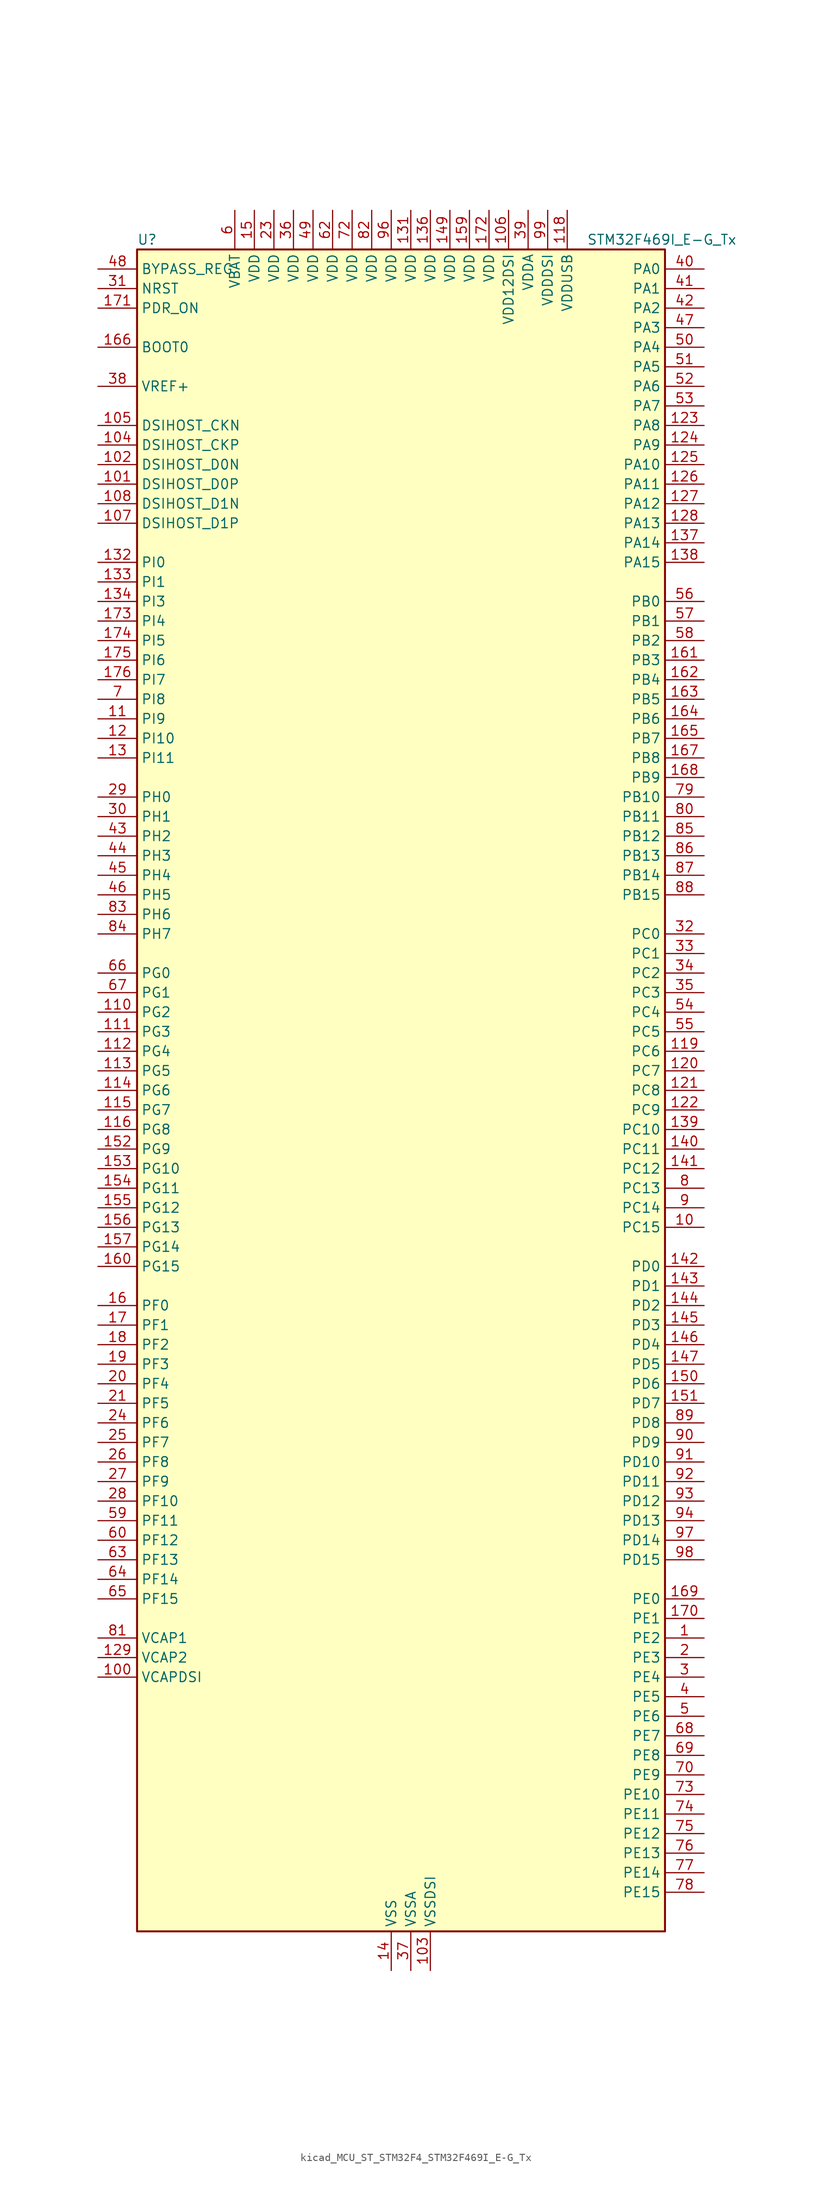
<source format=kicad_sym>
(kicad_symbol_lib
  (version 20220914)
  (generator kicad_symbol_editor)
  (symbol "kicad_MCU_ST_STM32F4_STM32F469I_E-G_Tx"
    (property "Reference" "U"
      (at -33.02 110.49 0)
      (effects (font (size 1.27 1.27)) (justify left)))
    (property "Value" "STM32F469I_E-G_Tx"
      (at 25.4 110.49 0)
      (effects (font (size 1.27 1.27)) (justify left)))
    (property "ki_locked" ""
      (at 0 0 0)
      (effects (font (size 1.27 1.27))))
    (symbol "kicad_MCU_ST_STM32F4_STM32F469I_E-G_Tx_0_1"
      (rectangle (start -33.02 -109.22) (end 35.56 109.22) (stroke (width 0.254) (type default)) (fill (type background))))
    (symbol "kicad_MCU_ST_STM32F4_STM32F469I_E-G_Tx_1_1"
      (pin bidirectional line (at 40.64 -71.12 180) (length 5.08) (name "PE2" (effects (font (size 1.27 1.27)))) (number "1" (effects (font (size 1.27 1.27)))) (alternate "ETH_TXD3" bidirectional line) (alternate "FMC_A23" bidirectional line) (alternate "QUADSPI_BK1_IO2" bidirectional line) (alternate "SAI1_MCLK_A" bidirectional line) (alternate "SPI4_SCK" bidirectional line) (alternate "SYS_TRACECLK" bidirectional line))
      (pin bidirectional line (at 40.64 -17.78 180) (length 5.08) (name "PC15" (effects (font (size 1.27 1.27)))) (number "10" (effects (font (size 1.27 1.27)))) (alternate "ADC1_EXTI15" bidirectional line) (alternate "ADC2_EXTI15" bidirectional line) (alternate "ADC3_EXTI15" bidirectional line) (alternate "RCC_OSC32_OUT" bidirectional line))
      (pin power_out line (at -38.1 -76.2 0) (length 5.08) (name "VCAPDSI" (effects (font (size 1.27 1.27)))) (number "100" (effects (font (size 1.27 1.27)))))
      (pin bidirectional line (at -38.1 78.74 0) (length 5.08) (name "DSIHOST_D0P" (effects (font (size 1.27 1.27)))) (number "101" (effects (font (size 1.27 1.27)))) (alternate "DSIHOST_D0P" bidirectional line))
      (pin bidirectional line (at -38.1 81.28 0) (length 5.08) (name "DSIHOST_D0N" (effects (font (size 1.27 1.27)))) (number "102" (effects (font (size 1.27 1.27)))) (alternate "DSIHOST_D0N" bidirectional line))
      (pin power_in line (at 5.08 -114.3 90) (length 5.08) (name "VSSDSI" (effects (font (size 1.27 1.27)))) (number "103" (effects (font (size 1.27 1.27)))))
      (pin bidirectional line (at -38.1 83.82 0) (length 5.08) (name "DSIHOST_CKP" (effects (font (size 1.27 1.27)))) (number "104" (effects (font (size 1.27 1.27)))) (alternate "DSIHOST_CKP" bidirectional line))
      (pin bidirectional line (at -38.1 86.36 0) (length 5.08) (name "DSIHOST_CKN" (effects (font (size 1.27 1.27)))) (number "105" (effects (font (size 1.27 1.27)))) (alternate "DSIHOST_CKN" bidirectional line))
      (pin power_in line (at 15.24 114.3 270) (length 5.08) (name "VDD12DSI" (effects (font (size 1.27 1.27)))) (number "106" (effects (font (size 1.27 1.27)))))
      (pin bidirectional line (at -38.1 73.66 0) (length 5.08) (name "DSIHOST_D1P" (effects (font (size 1.27 1.27)))) (number "107" (effects (font (size 1.27 1.27)))) (alternate "DSIHOST_D1P" bidirectional line))
      (pin bidirectional line (at -38.1 76.2 0) (length 5.08) (name "DSIHOST_D1N" (effects (font (size 1.27 1.27)))) (number "108" (effects (font (size 1.27 1.27)))) (alternate "DSIHOST_D1N" bidirectional line))
      (pin passive line (at 5.08 -114.3 90) (length 5.08) hide (name "VSSDSI" (effects (font (size 1.27 1.27)))) (number "109" (effects (font (size 1.27 1.27)))))
      (pin bidirectional line (at -38.1 48.26 0) (length 5.08) (name "PI9" (effects (font (size 1.27 1.27)))) (number "11" (effects (font (size 1.27 1.27)))) (alternate "CAN1_RX" bidirectional line) (alternate "DAC_EXTI9" bidirectional line) (alternate "FMC_D30" bidirectional line) (alternate "LTDC_VSYNC" bidirectional line))
      (pin bidirectional line (at -38.1 10.16 0) (length 5.08) (name "PG2" (effects (font (size 1.27 1.27)))) (number "110" (effects (font (size 1.27 1.27)))) (alternate "FMC_A12" bidirectional line))
      (pin bidirectional line (at -38.1 7.62 0) (length 5.08) (name "PG3" (effects (font (size 1.27 1.27)))) (number "111" (effects (font (size 1.27 1.27)))) (alternate "FMC_A13" bidirectional line))
      (pin bidirectional line (at -38.1 5.08 0) (length 5.08) (name "PG4" (effects (font (size 1.27 1.27)))) (number "112" (effects (font (size 1.27 1.27)))) (alternate "FMC_A14" bidirectional line) (alternate "FMC_BA0" bidirectional line))
      (pin bidirectional line (at -38.1 2.54 0) (length 5.08) (name "PG5" (effects (font (size 1.27 1.27)))) (number "113" (effects (font (size 1.27 1.27)))) (alternate "FMC_A15" bidirectional line) (alternate "FMC_BA1" bidirectional line))
      (pin bidirectional line (at -38.1 0 0) (length 5.08) (name "PG6" (effects (font (size 1.27 1.27)))) (number "114" (effects (font (size 1.27 1.27)))) (alternate "DCMI_D12" bidirectional line) (alternate "LTDC_R7" bidirectional line))
      (pin bidirectional line (at -38.1 -2.54 0) (length 5.08) (name "PG7" (effects (font (size 1.27 1.27)))) (number "115" (effects (font (size 1.27 1.27)))) (alternate "DCMI_D13" bidirectional line) (alternate "FMC_INT" bidirectional line) (alternate "LTDC_CLK" bidirectional line) (alternate "SAI1_MCLK_A" bidirectional line) (alternate "USART6_CK" bidirectional line))
      (pin bidirectional line (at -38.1 -5.08 0) (length 5.08) (name "PG8" (effects (font (size 1.27 1.27)))) (number "116" (effects (font (size 1.27 1.27)))) (alternate "ETH_PPS_OUT" bidirectional line) (alternate "FMC_SDCLK" bidirectional line) (alternate "LTDC_G7" bidirectional line) (alternate "SPI6_NSS" bidirectional line) (alternate "USART6_RTS" bidirectional line))
      (pin passive line (at 0 -114.3 90) (length 5.08) hide (name "VSS" (effects (font (size 1.27 1.27)))) (number "117" (effects (font (size 1.27 1.27)))))
      (pin power_in line (at 22.86 114.3 270) (length 5.08) (name "VDDUSB" (effects (font (size 1.27 1.27)))) (number "118" (effects (font (size 1.27 1.27)))))
      (pin bidirectional line (at 40.64 5.08 180) (length 5.08) (name "PC6" (effects (font (size 1.27 1.27)))) (number "119" (effects (font (size 1.27 1.27)))) (alternate "DCMI_D0" bidirectional line) (alternate "I2S2_MCK" bidirectional line) (alternate "LTDC_HSYNC" bidirectional line) (alternate "SDIO_D6" bidirectional line) (alternate "TIM3_CH1" bidirectional line) (alternate "TIM8_CH1" bidirectional line) (alternate "USART6_TX" bidirectional line))
      (pin bidirectional line (at -38.1 45.72 0) (length 5.08) (name "PI10" (effects (font (size 1.27 1.27)))) (number "12" (effects (font (size 1.27 1.27)))) (alternate "ETH_RX_ER" bidirectional line) (alternate "FMC_D31" bidirectional line) (alternate "LTDC_HSYNC" bidirectional line))
      (pin bidirectional line (at 40.64 2.54 180) (length 5.08) (name "PC7" (effects (font (size 1.27 1.27)))) (number "120" (effects (font (size 1.27 1.27)))) (alternate "DCMI_D1" bidirectional line) (alternate "I2S3_MCK" bidirectional line) (alternate "LTDC_G6" bidirectional line) (alternate "SDIO_D7" bidirectional line) (alternate "TIM3_CH2" bidirectional line) (alternate "TIM8_CH2" bidirectional line) (alternate "USART6_RX" bidirectional line))
      (pin bidirectional line (at 40.64 0 180) (length 5.08) (name "PC8" (effects (font (size 1.27 1.27)))) (number "121" (effects (font (size 1.27 1.27)))) (alternate "DCMI_D2" bidirectional line) (alternate "SDIO_D0" bidirectional line) (alternate "SYS_TRACED1" bidirectional line) (alternate "TIM3_CH3" bidirectional line) (alternate "TIM8_CH3" bidirectional line) (alternate "USART6_CK" bidirectional line))
      (pin bidirectional line (at 40.64 -2.54 180) (length 5.08) (name "PC9" (effects (font (size 1.27 1.27)))) (number "122" (effects (font (size 1.27 1.27)))) (alternate "DAC_EXTI9" bidirectional line) (alternate "DCMI_D3" bidirectional line) (alternate "I2C3_SDA" bidirectional line) (alternate "I2S_CKIN" bidirectional line) (alternate "QUADSPI_BK1_IO0" bidirectional line) (alternate "RCC_MCO_2" bidirectional line) (alternate "SDIO_D1" bidirectional line) (alternate "TIM3_CH4" bidirectional line) (alternate "TIM8_CH4" bidirectional line))
      (pin bidirectional line (at 40.64 86.36 180) (length 5.08) (name "PA8" (effects (font (size 1.27 1.27)))) (number "123" (effects (font (size 1.27 1.27)))) (alternate "I2C3_SCL" bidirectional line) (alternate "LTDC_R6" bidirectional line) (alternate "RCC_MCO_1" bidirectional line) (alternate "TIM1_CH1" bidirectional line) (alternate "USART1_CK" bidirectional line) (alternate "USB_OTG_FS_SOF" bidirectional line))
      (pin bidirectional line (at 40.64 83.82 180) (length 5.08) (name "PA9" (effects (font (size 1.27 1.27)))) (number "124" (effects (font (size 1.27 1.27)))) (alternate "DAC_EXTI9" bidirectional line) (alternate "DCMI_D0" bidirectional line) (alternate "I2C3_SMBA" bidirectional line) (alternate "I2S2_CK" bidirectional line) (alternate "SPI2_SCK" bidirectional line) (alternate "TIM1_CH2" bidirectional line) (alternate "USART1_TX" bidirectional line) (alternate "USB_OTG_FS_VBUS" bidirectional line))
      (pin bidirectional line (at 40.64 81.28 180) (length 5.08) (name "PA10" (effects (font (size 1.27 1.27)))) (number "125" (effects (font (size 1.27 1.27)))) (alternate "DCMI_D1" bidirectional line) (alternate "TIM1_CH3" bidirectional line) (alternate "USART1_RX" bidirectional line) (alternate "USB_OTG_FS_ID" bidirectional line))
      (pin bidirectional line (at 40.64 78.74 180) (length 5.08) (name "PA11" (effects (font (size 1.27 1.27)))) (number "126" (effects (font (size 1.27 1.27)))) (alternate "ADC1_EXTI11" bidirectional line) (alternate "ADC2_EXTI11" bidirectional line) (alternate "ADC3_EXTI11" bidirectional line) (alternate "CAN1_RX" bidirectional line) (alternate "LTDC_R4" bidirectional line) (alternate "TIM1_CH4" bidirectional line) (alternate "USART1_CTS" bidirectional line) (alternate "USB_OTG_FS_DM" bidirectional line))
      (pin bidirectional line (at 40.64 76.2 180) (length 5.08) (name "PA12" (effects (font (size 1.27 1.27)))) (number "127" (effects (font (size 1.27 1.27)))) (alternate "CAN1_TX" bidirectional line) (alternate "LTDC_R5" bidirectional line) (alternate "TIM1_ETR" bidirectional line) (alternate "USART1_RTS" bidirectional line) (alternate "USB_OTG_FS_DP" bidirectional line))
      (pin bidirectional line (at 40.64 73.66 180) (length 5.08) (name "PA13" (effects (font (size 1.27 1.27)))) (number "128" (effects (font (size 1.27 1.27)))) (alternate "SYS_JTMS-SWDIO" bidirectional line))
      (pin power_out line (at -38.1 -73.66 0) (length 5.08) (name "VCAP2" (effects (font (size 1.27 1.27)))) (number "129" (effects (font (size 1.27 1.27)))))
      (pin bidirectional line (at -38.1 43.18 0) (length 5.08) (name "PI11" (effects (font (size 1.27 1.27)))) (number "13" (effects (font (size 1.27 1.27)))) (alternate "ADC1_EXTI11" bidirectional line) (alternate "ADC2_EXTI11" bidirectional line) (alternate "ADC3_EXTI11" bidirectional line) (alternate "LTDC_G6" bidirectional line) (alternate "USB_OTG_HS_ULPI_DIR" bidirectional line))
      (pin passive line (at 0 -114.3 90) (length 5.08) hide (name "VSS" (effects (font (size 1.27 1.27)))) (number "130" (effects (font (size 1.27 1.27)))))
      (pin power_in line (at 2.54 114.3 270) (length 5.08) (name "VDD" (effects (font (size 1.27 1.27)))) (number "131" (effects (font (size 1.27 1.27)))))
      (pin bidirectional line (at -38.1 68.58 0) (length 5.08) (name "PI0" (effects (font (size 1.27 1.27)))) (number "132" (effects (font (size 1.27 1.27)))) (alternate "DCMI_D13" bidirectional line) (alternate "FMC_D24" bidirectional line) (alternate "I2S2_WS" bidirectional line) (alternate "LTDC_G5" bidirectional line) (alternate "SPI2_NSS" bidirectional line) (alternate "TIM5_CH4" bidirectional line))
      (pin bidirectional line (at -38.1 66.04 0) (length 5.08) (name "PI1" (effects (font (size 1.27 1.27)))) (number "133" (effects (font (size 1.27 1.27)))) (alternate "DCMI_D8" bidirectional line) (alternate "FMC_D25" bidirectional line) (alternate "I2S2_CK" bidirectional line) (alternate "LTDC_G6" bidirectional line) (alternate "SPI2_SCK" bidirectional line))
      (pin bidirectional line (at -38.1 63.5 0) (length 5.08) (name "PI3" (effects (font (size 1.27 1.27)))) (number "134" (effects (font (size 1.27 1.27)))) (alternate "DCMI_D10" bidirectional line) (alternate "FMC_D27" bidirectional line) (alternate "I2S2_SD" bidirectional line) (alternate "SPI2_MOSI" bidirectional line) (alternate "TIM8_ETR" bidirectional line))
      (pin passive line (at 0 -114.3 90) (length 5.08) hide (name "VSS" (effects (font (size 1.27 1.27)))) (number "135" (effects (font (size 1.27 1.27)))))
      (pin power_in line (at 5.08 114.3 270) (length 5.08) (name "VDD" (effects (font (size 1.27 1.27)))) (number "136" (effects (font (size 1.27 1.27)))))
      (pin bidirectional line (at 40.64 71.12 180) (length 5.08) (name "PA14" (effects (font (size 1.27 1.27)))) (number "137" (effects (font (size 1.27 1.27)))) (alternate "SYS_JTCK-SWCLK" bidirectional line))
      (pin bidirectional line (at 40.64 68.58 180) (length 5.08) (name "PA15" (effects (font (size 1.27 1.27)))) (number "138" (effects (font (size 1.27 1.27)))) (alternate "ADC1_EXTI15" bidirectional line) (alternate "ADC2_EXTI15" bidirectional line) (alternate "ADC3_EXTI15" bidirectional line) (alternate "I2S3_WS" bidirectional line) (alternate "SPI1_NSS" bidirectional line) (alternate "SPI3_NSS" bidirectional line) (alternate "SYS_JTDI" bidirectional line) (alternate "TIM2_CH1" bidirectional line) (alternate "TIM2_ETR" bidirectional line))
      (pin bidirectional line (at 40.64 -5.08 180) (length 5.08) (name "PC10" (effects (font (size 1.27 1.27)))) (number "139" (effects (font (size 1.27 1.27)))) (alternate "DCMI_D8" bidirectional line) (alternate "I2S3_CK" bidirectional line) (alternate "LTDC_R2" bidirectional line) (alternate "QUADSPI_BK1_IO1" bidirectional line) (alternate "SDIO_D2" bidirectional line) (alternate "SPI3_SCK" bidirectional line) (alternate "UART4_TX" bidirectional line) (alternate "USART3_TX" bidirectional line))
      (pin power_in line (at 0 -114.3 90) (length 5.08) (name "VSS" (effects (font (size 1.27 1.27)))) (number "14" (effects (font (size 1.27 1.27)))))
      (pin bidirectional line (at 40.64 -7.62 180) (length 5.08) (name "PC11" (effects (font (size 1.27 1.27)))) (number "140" (effects (font (size 1.27 1.27)))) (alternate "ADC1_EXTI11" bidirectional line) (alternate "ADC2_EXTI11" bidirectional line) (alternate "ADC3_EXTI11" bidirectional line) (alternate "DCMI_D4" bidirectional line) (alternate "I2S3_ext_SD" bidirectional line) (alternate "QUADSPI_BK2_NCS" bidirectional line) (alternate "SDIO_D3" bidirectional line) (alternate "SPI3_MISO" bidirectional line) (alternate "UART4_RX" bidirectional line) (alternate "USART3_RX" bidirectional line))
      (pin bidirectional line (at 40.64 -10.16 180) (length 5.08) (name "PC12" (effects (font (size 1.27 1.27)))) (number "141" (effects (font (size 1.27 1.27)))) (alternate "DCMI_D9" bidirectional line) (alternate "I2S3_SD" bidirectional line) (alternate "SDIO_CK" bidirectional line) (alternate "SPI3_MOSI" bidirectional line) (alternate "SYS_TRACED3" bidirectional line) (alternate "UART5_TX" bidirectional line) (alternate "USART3_CK" bidirectional line))
      (pin bidirectional line (at 40.64 -22.86 180) (length 5.08) (name "PD0" (effects (font (size 1.27 1.27)))) (number "142" (effects (font (size 1.27 1.27)))) (alternate "CAN1_RX" bidirectional line) (alternate "FMC_D2" bidirectional line) (alternate "FMC_DA2" bidirectional line))
      (pin bidirectional line (at 40.64 -25.4 180) (length 5.08) (name "PD1" (effects (font (size 1.27 1.27)))) (number "143" (effects (font (size 1.27 1.27)))) (alternate "CAN1_TX" bidirectional line) (alternate "FMC_D3" bidirectional line) (alternate "FMC_DA3" bidirectional line))
      (pin bidirectional line (at 40.64 -27.94 180) (length 5.08) (name "PD2" (effects (font (size 1.27 1.27)))) (number "144" (effects (font (size 1.27 1.27)))) (alternate "DCMI_D11" bidirectional line) (alternate "SDIO_CMD" bidirectional line) (alternate "SYS_TRACED2" bidirectional line) (alternate "TIM3_ETR" bidirectional line) (alternate "UART5_RX" bidirectional line))
      (pin bidirectional line (at 40.64 -30.48 180) (length 5.08) (name "PD3" (effects (font (size 1.27 1.27)))) (number "145" (effects (font (size 1.27 1.27)))) (alternate "DCMI_D5" bidirectional line) (alternate "FMC_CLK" bidirectional line) (alternate "I2S2_CK" bidirectional line) (alternate "LTDC_G7" bidirectional line) (alternate "SPI2_SCK" bidirectional line) (alternate "USART2_CTS" bidirectional line))
      (pin bidirectional line (at 40.64 -33.02 180) (length 5.08) (name "PD4" (effects (font (size 1.27 1.27)))) (number "146" (effects (font (size 1.27 1.27)))) (alternate "FMC_NOE" bidirectional line) (alternate "USART2_RTS" bidirectional line))
      (pin bidirectional line (at 40.64 -35.56 180) (length 5.08) (name "PD5" (effects (font (size 1.27 1.27)))) (number "147" (effects (font (size 1.27 1.27)))) (alternate "FMC_NWE" bidirectional line) (alternate "USART2_TX" bidirectional line))
      (pin passive line (at 0 -114.3 90) (length 5.08) hide (name "VSS" (effects (font (size 1.27 1.27)))) (number "148" (effects (font (size 1.27 1.27)))))
      (pin power_in line (at 7.62 114.3 270) (length 5.08) (name "VDD" (effects (font (size 1.27 1.27)))) (number "149" (effects (font (size 1.27 1.27)))))
      (pin power_in line (at -17.78 114.3 270) (length 5.08) (name "VDD" (effects (font (size 1.27 1.27)))) (number "15" (effects (font (size 1.27 1.27)))))
      (pin bidirectional line (at 40.64 -38.1 180) (length 5.08) (name "PD6" (effects (font (size 1.27 1.27)))) (number "150" (effects (font (size 1.27 1.27)))) (alternate "DCMI_D10" bidirectional line) (alternate "FMC_NWAIT" bidirectional line) (alternate "I2S3_SD" bidirectional line) (alternate "LTDC_B2" bidirectional line) (alternate "SAI1_SD_A" bidirectional line) (alternate "SPI3_MOSI" bidirectional line) (alternate "USART2_RX" bidirectional line))
      (pin bidirectional line (at 40.64 -40.64 180) (length 5.08) (name "PD7" (effects (font (size 1.27 1.27)))) (number "151" (effects (font (size 1.27 1.27)))) (alternate "FMC_NE1" bidirectional line) (alternate "USART2_CK" bidirectional line))
      (pin bidirectional line (at -38.1 -7.62 0) (length 5.08) (name "PG9" (effects (font (size 1.27 1.27)))) (number "152" (effects (font (size 1.27 1.27)))) (alternate "DAC_EXTI9" bidirectional line) (alternate "DCMI_VSYNC" bidirectional line) (alternate "FMC_NCE" bidirectional line) (alternate "FMC_NE2" bidirectional line) (alternate "QUADSPI_BK2_IO2" bidirectional line) (alternate "USART6_RX" bidirectional line))
      (pin bidirectional line (at -38.1 -10.16 0) (length 5.08) (name "PG10" (effects (font (size 1.27 1.27)))) (number "153" (effects (font (size 1.27 1.27)))) (alternate "DCMI_D2" bidirectional line) (alternate "FMC_NE3" bidirectional line) (alternate "LTDC_B2" bidirectional line) (alternate "LTDC_G3" bidirectional line))
      (pin bidirectional line (at -38.1 -12.7 0) (length 5.08) (name "PG11" (effects (font (size 1.27 1.27)))) (number "154" (effects (font (size 1.27 1.27)))) (alternate "ADC1_EXTI11" bidirectional line) (alternate "ADC2_EXTI11" bidirectional line) (alternate "ADC3_EXTI11" bidirectional line) (alternate "DCMI_D3" bidirectional line) (alternate "ETH_TX_EN" bidirectional line) (alternate "LTDC_B3" bidirectional line))
      (pin bidirectional line (at -38.1 -15.24 0) (length 5.08) (name "PG12" (effects (font (size 1.27 1.27)))) (number "155" (effects (font (size 1.27 1.27)))) (alternate "FMC_NE4" bidirectional line) (alternate "LTDC_B1" bidirectional line) (alternate "LTDC_B4" bidirectional line) (alternate "SPI6_MISO" bidirectional line) (alternate "USART6_RTS" bidirectional line))
      (pin bidirectional line (at -38.1 -17.78 0) (length 5.08) (name "PG13" (effects (font (size 1.27 1.27)))) (number "156" (effects (font (size 1.27 1.27)))) (alternate "ETH_TXD0" bidirectional line) (alternate "FMC_A24" bidirectional line) (alternate "LTDC_R0" bidirectional line) (alternate "SPI6_SCK" bidirectional line) (alternate "SYS_TRACED0" bidirectional line) (alternate "USART6_CTS" bidirectional line))
      (pin bidirectional line (at -38.1 -20.32 0) (length 5.08) (name "PG14" (effects (font (size 1.27 1.27)))) (number "157" (effects (font (size 1.27 1.27)))) (alternate "ETH_TXD1" bidirectional line) (alternate "FMC_A25" bidirectional line) (alternate "LTDC_B0" bidirectional line) (alternate "QUADSPI_BK2_IO3" bidirectional line) (alternate "SPI6_MOSI" bidirectional line) (alternate "SYS_TRACED1" bidirectional line) (alternate "USART6_TX" bidirectional line))
      (pin passive line (at 0 -114.3 90) (length 5.08) hide (name "VSS" (effects (font (size 1.27 1.27)))) (number "158" (effects (font (size 1.27 1.27)))))
      (pin power_in line (at 10.16 114.3 270) (length 5.08) (name "VDD" (effects (font (size 1.27 1.27)))) (number "159" (effects (font (size 1.27 1.27)))))
      (pin bidirectional line (at -38.1 -27.94 0) (length 5.08) (name "PF0" (effects (font (size 1.27 1.27)))) (number "16" (effects (font (size 1.27 1.27)))) (alternate "FMC_A0" bidirectional line) (alternate "I2C2_SDA" bidirectional line))
      (pin bidirectional line (at -38.1 -22.86 0) (length 5.08) (name "PG15" (effects (font (size 1.27 1.27)))) (number "160" (effects (font (size 1.27 1.27)))) (alternate "ADC1_EXTI15" bidirectional line) (alternate "ADC2_EXTI15" bidirectional line) (alternate "ADC3_EXTI15" bidirectional line) (alternate "DCMI_D13" bidirectional line) (alternate "FMC_SDNCAS" bidirectional line) (alternate "USART6_CTS" bidirectional line))
      (pin bidirectional line (at 40.64 55.88 180) (length 5.08) (name "PB3" (effects (font (size 1.27 1.27)))) (number "161" (effects (font (size 1.27 1.27)))) (alternate "I2S3_CK" bidirectional line) (alternate "SPI1_SCK" bidirectional line) (alternate "SPI3_SCK" bidirectional line) (alternate "SYS_JTDO-SWO" bidirectional line) (alternate "TIM2_CH2" bidirectional line))
      (pin bidirectional line (at 40.64 53.34 180) (length 5.08) (name "PB4" (effects (font (size 1.27 1.27)))) (number "162" (effects (font (size 1.27 1.27)))) (alternate "I2S3_ext_SD" bidirectional line) (alternate "SPI1_MISO" bidirectional line) (alternate "SPI3_MISO" bidirectional line) (alternate "SYS_JTRST" bidirectional line) (alternate "TIM3_CH1" bidirectional line))
      (pin bidirectional line (at 40.64 50.8 180) (length 5.08) (name "PB5" (effects (font (size 1.27 1.27)))) (number "163" (effects (font (size 1.27 1.27)))) (alternate "CAN2_RX" bidirectional line) (alternate "DCMI_D10" bidirectional line) (alternate "ETH_PPS_OUT" bidirectional line) (alternate "FMC_SDCKE1" bidirectional line) (alternate "I2C1_SMBA" bidirectional line) (alternate "I2S3_SD" bidirectional line) (alternate "LTDC_G7" bidirectional line) (alternate "SPI1_MOSI" bidirectional line) (alternate "SPI3_MOSI" bidirectional line) (alternate "TIM3_CH2" bidirectional line) (alternate "USB_OTG_HS_ULPI_D7" bidirectional line))
      (pin bidirectional line (at 40.64 48.26 180) (length 5.08) (name "PB6" (effects (font (size 1.27 1.27)))) (number "164" (effects (font (size 1.27 1.27)))) (alternate "CAN2_TX" bidirectional line) (alternate "DCMI_D5" bidirectional line) (alternate "FMC_SDNE1" bidirectional line) (alternate "I2C1_SCL" bidirectional line) (alternate "QUADSPI_BK1_NCS" bidirectional line) (alternate "TIM4_CH1" bidirectional line) (alternate "USART1_TX" bidirectional line))
      (pin bidirectional line (at 40.64 45.72 180) (length 5.08) (name "PB7" (effects (font (size 1.27 1.27)))) (number "165" (effects (font (size 1.27 1.27)))) (alternate "DCMI_VSYNC" bidirectional line) (alternate "FMC_NL" bidirectional line) (alternate "I2C1_SDA" bidirectional line) (alternate "TIM4_CH2" bidirectional line) (alternate "USART1_RX" bidirectional line))
      (pin input line (at -38.1 96.52 0) (length 5.08) (name "BOOT0" (effects (font (size 1.27 1.27)))) (number "166" (effects (font (size 1.27 1.27)))))
      (pin bidirectional line (at 40.64 43.18 180) (length 5.08) (name "PB8" (effects (font (size 1.27 1.27)))) (number "167" (effects (font (size 1.27 1.27)))) (alternate "CAN1_RX" bidirectional line) (alternate "DCMI_D6" bidirectional line) (alternate "ETH_TXD3" bidirectional line) (alternate "I2C1_SCL" bidirectional line) (alternate "LTDC_B6" bidirectional line) (alternate "SDIO_D4" bidirectional line) (alternate "TIM10_CH1" bidirectional line) (alternate "TIM4_CH3" bidirectional line))
      (pin bidirectional line (at 40.64 40.64 180) (length 5.08) (name "PB9" (effects (font (size 1.27 1.27)))) (number "168" (effects (font (size 1.27 1.27)))) (alternate "CAN1_TX" bidirectional line) (alternate "DAC_EXTI9" bidirectional line) (alternate "DCMI_D7" bidirectional line) (alternate "I2C1_SDA" bidirectional line) (alternate "I2S2_WS" bidirectional line) (alternate "LTDC_B7" bidirectional line) (alternate "SDIO_D5" bidirectional line) (alternate "SPI2_NSS" bidirectional line) (alternate "TIM11_CH1" bidirectional line) (alternate "TIM4_CH4" bidirectional line))
      (pin bidirectional line (at 40.64 -66.04 180) (length 5.08) (name "PE0" (effects (font (size 1.27 1.27)))) (number "169" (effects (font (size 1.27 1.27)))) (alternate "DCMI_D2" bidirectional line) (alternate "FMC_NBL0" bidirectional line) (alternate "TIM4_ETR" bidirectional line) (alternate "UART8_RX" bidirectional line))
      (pin bidirectional line (at -38.1 -30.48 0) (length 5.08) (name "PF1" (effects (font (size 1.27 1.27)))) (number "17" (effects (font (size 1.27 1.27)))) (alternate "FMC_A1" bidirectional line) (alternate "I2C2_SCL" bidirectional line))
      (pin bidirectional line (at 40.64 -68.58 180) (length 5.08) (name "PE1" (effects (font (size 1.27 1.27)))) (number "170" (effects (font (size 1.27 1.27)))) (alternate "DCMI_D3" bidirectional line) (alternate "FMC_NBL1" bidirectional line) (alternate "UART8_TX" bidirectional line))
      (pin input line (at -38.1 101.6 0) (length 5.08) (name "PDR_ON" (effects (font (size 1.27 1.27)))) (number "171" (effects (font (size 1.27 1.27)))))
      (pin power_in line (at 12.7 114.3 270) (length 5.08) (name "VDD" (effects (font (size 1.27 1.27)))) (number "172" (effects (font (size 1.27 1.27)))))
      (pin bidirectional line (at -38.1 60.96 0) (length 5.08) (name "PI4" (effects (font (size 1.27 1.27)))) (number "173" (effects (font (size 1.27 1.27)))) (alternate "DCMI_D5" bidirectional line) (alternate "FMC_NBL2" bidirectional line) (alternate "LTDC_B4" bidirectional line) (alternate "TIM8_BKIN" bidirectional line))
      (pin bidirectional line (at -38.1 58.42 0) (length 5.08) (name "PI5" (effects (font (size 1.27 1.27)))) (number "174" (effects (font (size 1.27 1.27)))) (alternate "DCMI_VSYNC" bidirectional line) (alternate "FMC_NBL3" bidirectional line) (alternate "LTDC_B5" bidirectional line) (alternate "TIM8_CH1" bidirectional line))
      (pin bidirectional line (at -38.1 55.88 0) (length 5.08) (name "PI6" (effects (font (size 1.27 1.27)))) (number "175" (effects (font (size 1.27 1.27)))) (alternate "DCMI_D6" bidirectional line) (alternate "FMC_D28" bidirectional line) (alternate "LTDC_B6" bidirectional line) (alternate "TIM8_CH2" bidirectional line))
      (pin bidirectional line (at -38.1 53.34 0) (length 5.08) (name "PI7" (effects (font (size 1.27 1.27)))) (number "176" (effects (font (size 1.27 1.27)))) (alternate "DCMI_D7" bidirectional line) (alternate "FMC_D29" bidirectional line) (alternate "LTDC_B7" bidirectional line) (alternate "TIM8_CH3" bidirectional line))
      (pin bidirectional line (at -38.1 -33.02 0) (length 5.08) (name "PF2" (effects (font (size 1.27 1.27)))) (number "18" (effects (font (size 1.27 1.27)))) (alternate "FMC_A2" bidirectional line) (alternate "I2C2_SMBA" bidirectional line))
      (pin bidirectional line (at -38.1 -35.56 0) (length 5.08) (name "PF3" (effects (font (size 1.27 1.27)))) (number "19" (effects (font (size 1.27 1.27)))) (alternate "ADC3_IN9" bidirectional line) (alternate "FMC_A3" bidirectional line))
      (pin bidirectional line (at 40.64 -73.66 180) (length 5.08) (name "PE3" (effects (font (size 1.27 1.27)))) (number "2" (effects (font (size 1.27 1.27)))) (alternate "FMC_A19" bidirectional line) (alternate "SAI1_SD_B" bidirectional line) (alternate "SYS_TRACED0" bidirectional line))
      (pin bidirectional line (at -38.1 -38.1 0) (length 5.08) (name "PF4" (effects (font (size 1.27 1.27)))) (number "20" (effects (font (size 1.27 1.27)))) (alternate "ADC3_IN14" bidirectional line) (alternate "FMC_A4" bidirectional line))
      (pin bidirectional line (at -38.1 -40.64 0) (length 5.08) (name "PF5" (effects (font (size 1.27 1.27)))) (number "21" (effects (font (size 1.27 1.27)))) (alternate "ADC3_IN15" bidirectional line) (alternate "FMC_A5" bidirectional line))
      (pin passive line (at 0 -114.3 90) (length 5.08) hide (name "VSS" (effects (font (size 1.27 1.27)))) (number "22" (effects (font (size 1.27 1.27)))))
      (pin power_in line (at -15.24 114.3 270) (length 5.08) (name "VDD" (effects (font (size 1.27 1.27)))) (number "23" (effects (font (size 1.27 1.27)))))
      (pin bidirectional line (at -38.1 -43.18 0) (length 5.08) (name "PF6" (effects (font (size 1.27 1.27)))) (number "24" (effects (font (size 1.27 1.27)))) (alternate "ADC3_IN4" bidirectional line) (alternate "QUADSPI_BK1_IO3" bidirectional line) (alternate "SAI1_SD_B" bidirectional line) (alternate "SPI5_NSS" bidirectional line) (alternate "TIM10_CH1" bidirectional line) (alternate "UART7_RX" bidirectional line))
      (pin bidirectional line (at -38.1 -45.72 0) (length 5.08) (name "PF7" (effects (font (size 1.27 1.27)))) (number "25" (effects (font (size 1.27 1.27)))) (alternate "ADC3_IN5" bidirectional line) (alternate "QUADSPI_BK1_IO2" bidirectional line) (alternate "SAI1_MCLK_B" bidirectional line) (alternate "SPI5_SCK" bidirectional line) (alternate "TIM11_CH1" bidirectional line) (alternate "UART7_TX" bidirectional line))
      (pin bidirectional line (at -38.1 -48.26 0) (length 5.08) (name "PF8" (effects (font (size 1.27 1.27)))) (number "26" (effects (font (size 1.27 1.27)))) (alternate "ADC3_IN6" bidirectional line) (alternate "QUADSPI_BK1_IO0" bidirectional line) (alternate "SAI1_SCK_B" bidirectional line) (alternate "SPI5_MISO" bidirectional line) (alternate "TIM13_CH1" bidirectional line))
      (pin bidirectional line (at -38.1 -50.8 0) (length 5.08) (name "PF9" (effects (font (size 1.27 1.27)))) (number "27" (effects (font (size 1.27 1.27)))) (alternate "ADC3_IN7" bidirectional line) (alternate "DAC_EXTI9" bidirectional line) (alternate "QUADSPI_BK1_IO1" bidirectional line) (alternate "SAI1_FS_B" bidirectional line) (alternate "SPI5_MOSI" bidirectional line) (alternate "TIM14_CH1" bidirectional line))
      (pin bidirectional line (at -38.1 -53.34 0) (length 5.08) (name "PF10" (effects (font (size 1.27 1.27)))) (number "28" (effects (font (size 1.27 1.27)))) (alternate "ADC3_IN8" bidirectional line) (alternate "DCMI_D11" bidirectional line) (alternate "LTDC_DE" bidirectional line) (alternate "QUADSPI_CLK" bidirectional line))
      (pin bidirectional line (at -38.1 38.1 0) (length 5.08) (name "PH0" (effects (font (size 1.27 1.27)))) (number "29" (effects (font (size 1.27 1.27)))) (alternate "RCC_OSC_IN" bidirectional line))
      (pin bidirectional line (at 40.64 -76.2 180) (length 5.08) (name "PE4" (effects (font (size 1.27 1.27)))) (number "3" (effects (font (size 1.27 1.27)))) (alternate "DCMI_D4" bidirectional line) (alternate "FMC_A20" bidirectional line) (alternate "LTDC_B0" bidirectional line) (alternate "SAI1_FS_A" bidirectional line) (alternate "SPI4_NSS" bidirectional line) (alternate "SYS_TRACED1" bidirectional line))
      (pin bidirectional line (at -38.1 35.56 0) (length 5.08) (name "PH1" (effects (font (size 1.27 1.27)))) (number "30" (effects (font (size 1.27 1.27)))) (alternate "RCC_OSC_OUT" bidirectional line))
      (pin input line (at -38.1 104.14 0) (length 5.08) (name "NRST" (effects (font (size 1.27 1.27)))) (number "31" (effects (font (size 1.27 1.27)))))
      (pin bidirectional line (at 40.64 20.32 180) (length 5.08) (name "PC0" (effects (font (size 1.27 1.27)))) (number "32" (effects (font (size 1.27 1.27)))) (alternate "ADC1_IN10" bidirectional line) (alternate "ADC2_IN10" bidirectional line) (alternate "ADC3_IN10" bidirectional line) (alternate "FMC_SDNWE" bidirectional line) (alternate "LTDC_R5" bidirectional line) (alternate "USB_OTG_HS_ULPI_STP" bidirectional line))
      (pin bidirectional line (at 40.64 17.78 180) (length 5.08) (name "PC1" (effects (font (size 1.27 1.27)))) (number "33" (effects (font (size 1.27 1.27)))) (alternate "ADC1_IN11" bidirectional line) (alternate "ADC2_IN11" bidirectional line) (alternate "ADC3_IN11" bidirectional line) (alternate "ETH_MDC" bidirectional line) (alternate "I2S2_SD" bidirectional line) (alternate "SAI1_SD_A" bidirectional line) (alternate "SPI2_MOSI" bidirectional line) (alternate "SYS_TRACED0" bidirectional line))
      (pin bidirectional line (at 40.64 15.24 180) (length 5.08) (name "PC2" (effects (font (size 1.27 1.27)))) (number "34" (effects (font (size 1.27 1.27)))) (alternate "ADC1_IN12" bidirectional line) (alternate "ADC2_IN12" bidirectional line) (alternate "ADC3_IN12" bidirectional line) (alternate "ETH_TXD2" bidirectional line) (alternate "FMC_SDNE0" bidirectional line) (alternate "I2S2_ext_SD" bidirectional line) (alternate "SPI2_MISO" bidirectional line) (alternate "USB_OTG_HS_ULPI_DIR" bidirectional line))
      (pin bidirectional line (at 40.64 12.7 180) (length 5.08) (name "PC3" (effects (font (size 1.27 1.27)))) (number "35" (effects (font (size 1.27 1.27)))) (alternate "ADC1_IN13" bidirectional line) (alternate "ADC2_IN13" bidirectional line) (alternate "ADC3_IN13" bidirectional line) (alternate "ETH_TX_CLK" bidirectional line) (alternate "FMC_SDCKE0" bidirectional line) (alternate "I2S2_SD" bidirectional line) (alternate "SPI2_MOSI" bidirectional line) (alternate "USB_OTG_HS_ULPI_NXT" bidirectional line))
      (pin power_in line (at -12.7 114.3 270) (length 5.08) (name "VDD" (effects (font (size 1.27 1.27)))) (number "36" (effects (font (size 1.27 1.27)))))
      (pin power_in line (at 2.54 -114.3 90) (length 5.08) (name "VSSA" (effects (font (size 1.27 1.27)))) (number "37" (effects (font (size 1.27 1.27)))))
      (pin input line (at -38.1 91.44 0) (length 5.08) (name "VREF+" (effects (font (size 1.27 1.27)))) (number "38" (effects (font (size 1.27 1.27)))))
      (pin power_in line (at 17.78 114.3 270) (length 5.08) (name "VDDA" (effects (font (size 1.27 1.27)))) (number "39" (effects (font (size 1.27 1.27)))))
      (pin bidirectional line (at 40.64 -78.74 180) (length 5.08) (name "PE5" (effects (font (size 1.27 1.27)))) (number "4" (effects (font (size 1.27 1.27)))) (alternate "DCMI_D6" bidirectional line) (alternate "FMC_A21" bidirectional line) (alternate "LTDC_G0" bidirectional line) (alternate "SAI1_SCK_A" bidirectional line) (alternate "SPI4_MISO" bidirectional line) (alternate "SYS_TRACED2" bidirectional line) (alternate "TIM9_CH1" bidirectional line))
      (pin bidirectional line (at 40.64 106.68 180) (length 5.08) (name "PA0" (effects (font (size 1.27 1.27)))) (number "40" (effects (font (size 1.27 1.27)))) (alternate "ADC1_IN0" bidirectional line) (alternate "ADC2_IN0" bidirectional line) (alternate "ADC3_IN0" bidirectional line) (alternate "ETH_CRS" bidirectional line) (alternate "SYS_WKUP" bidirectional line) (alternate "TIM2_CH1" bidirectional line) (alternate "TIM2_ETR" bidirectional line) (alternate "TIM5_CH1" bidirectional line) (alternate "TIM8_ETR" bidirectional line) (alternate "UART4_TX" bidirectional line) (alternate "USART2_CTS" bidirectional line))
      (pin bidirectional line (at 40.64 104.14 180) (length 5.08) (name "PA1" (effects (font (size 1.27 1.27)))) (number "41" (effects (font (size 1.27 1.27)))) (alternate "ADC1_IN1" bidirectional line) (alternate "ADC2_IN1" bidirectional line) (alternate "ADC3_IN1" bidirectional line) (alternate "ETH_REF_CLK" bidirectional line) (alternate "ETH_RX_CLK" bidirectional line) (alternate "LTDC_R2" bidirectional line) (alternate "QUADSPI_BK1_IO3" bidirectional line) (alternate "TIM2_CH2" bidirectional line) (alternate "TIM5_CH2" bidirectional line) (alternate "UART4_RX" bidirectional line) (alternate "USART2_RTS" bidirectional line))
      (pin bidirectional line (at 40.64 101.6 180) (length 5.08) (name "PA2" (effects (font (size 1.27 1.27)))) (number "42" (effects (font (size 1.27 1.27)))) (alternate "ADC1_IN2" bidirectional line) (alternate "ADC2_IN2" bidirectional line) (alternate "ADC3_IN2" bidirectional line) (alternate "ETH_MDIO" bidirectional line) (alternate "LTDC_R1" bidirectional line) (alternate "TIM2_CH3" bidirectional line) (alternate "TIM5_CH3" bidirectional line) (alternate "TIM9_CH1" bidirectional line) (alternate "USART2_TX" bidirectional line))
      (pin bidirectional line (at -38.1 33.02 0) (length 5.08) (name "PH2" (effects (font (size 1.27 1.27)))) (number "43" (effects (font (size 1.27 1.27)))) (alternate "ETH_CRS" bidirectional line) (alternate "FMC_SDCKE0" bidirectional line) (alternate "LTDC_R0" bidirectional line) (alternate "QUADSPI_BK2_IO0" bidirectional line))
      (pin bidirectional line (at -38.1 30.48 0) (length 5.08) (name "PH3" (effects (font (size 1.27 1.27)))) (number "44" (effects (font (size 1.27 1.27)))) (alternate "ETH_COL" bidirectional line) (alternate "FMC_SDNE0" bidirectional line) (alternate "LTDC_R1" bidirectional line) (alternate "QUADSPI_BK2_IO1" bidirectional line))
      (pin bidirectional line (at -38.1 27.94 0) (length 5.08) (name "PH4" (effects (font (size 1.27 1.27)))) (number "45" (effects (font (size 1.27 1.27)))) (alternate "I2C2_SCL" bidirectional line) (alternate "LTDC_G4" bidirectional line) (alternate "LTDC_G5" bidirectional line) (alternate "USB_OTG_HS_ULPI_NXT" bidirectional line))
      (pin bidirectional line (at -38.1 25.4 0) (length 5.08) (name "PH5" (effects (font (size 1.27 1.27)))) (number "46" (effects (font (size 1.27 1.27)))) (alternate "FMC_SDNWE" bidirectional line) (alternate "I2C2_SDA" bidirectional line) (alternate "SPI5_NSS" bidirectional line))
      (pin bidirectional line (at 40.64 99.06 180) (length 5.08) (name "PA3" (effects (font (size 1.27 1.27)))) (number "47" (effects (font (size 1.27 1.27)))) (alternate "ADC1_IN3" bidirectional line) (alternate "ADC2_IN3" bidirectional line) (alternate "ADC3_IN3" bidirectional line) (alternate "ETH_COL" bidirectional line) (alternate "LTDC_B2" bidirectional line) (alternate "LTDC_B5" bidirectional line) (alternate "TIM2_CH4" bidirectional line) (alternate "TIM5_CH4" bidirectional line) (alternate "TIM9_CH2" bidirectional line) (alternate "USART2_RX" bidirectional line) (alternate "USB_OTG_HS_ULPI_D0" bidirectional line))
      (pin input line (at -38.1 106.68 0) (length 5.08) (name "BYPASS_REG" (effects (font (size 1.27 1.27)))) (number "48" (effects (font (size 1.27 1.27)))))
      (pin power_in line (at -10.16 114.3 270) (length 5.08) (name "VDD" (effects (font (size 1.27 1.27)))) (number "49" (effects (font (size 1.27 1.27)))))
      (pin bidirectional line (at 40.64 -81.28 180) (length 5.08) (name "PE6" (effects (font (size 1.27 1.27)))) (number "5" (effects (font (size 1.27 1.27)))) (alternate "DCMI_D7" bidirectional line) (alternate "FMC_A22" bidirectional line) (alternate "LTDC_G1" bidirectional line) (alternate "SAI1_SD_A" bidirectional line) (alternate "SPI4_MOSI" bidirectional line) (alternate "SYS_TRACED3" bidirectional line) (alternate "TIM9_CH2" bidirectional line))
      (pin bidirectional line (at 40.64 96.52 180) (length 5.08) (name "PA4" (effects (font (size 1.27 1.27)))) (number "50" (effects (font (size 1.27 1.27)))) (alternate "ADC1_IN4" bidirectional line) (alternate "ADC2_IN4" bidirectional line) (alternate "DAC_OUT1" bidirectional line) (alternate "DCMI_HSYNC" bidirectional line) (alternate "I2S3_WS" bidirectional line) (alternate "LTDC_VSYNC" bidirectional line) (alternate "SPI1_NSS" bidirectional line) (alternate "SPI3_NSS" bidirectional line) (alternate "USART2_CK" bidirectional line) (alternate "USB_OTG_HS_SOF" bidirectional line))
      (pin bidirectional line (at 40.64 93.98 180) (length 5.08) (name "PA5" (effects (font (size 1.27 1.27)))) (number "51" (effects (font (size 1.27 1.27)))) (alternate "ADC1_IN5" bidirectional line) (alternate "ADC2_IN5" bidirectional line) (alternate "DAC_OUT2" bidirectional line) (alternate "LTDC_R4" bidirectional line) (alternate "SPI1_SCK" bidirectional line) (alternate "TIM2_CH1" bidirectional line) (alternate "TIM2_ETR" bidirectional line) (alternate "TIM8_CH1N" bidirectional line) (alternate "USB_OTG_HS_ULPI_CK" bidirectional line))
      (pin bidirectional line (at 40.64 91.44 180) (length 5.08) (name "PA6" (effects (font (size 1.27 1.27)))) (number "52" (effects (font (size 1.27 1.27)))) (alternate "ADC1_IN6" bidirectional line) (alternate "ADC2_IN6" bidirectional line) (alternate "DCMI_PIXCLK" bidirectional line) (alternate "LTDC_G2" bidirectional line) (alternate "SPI1_MISO" bidirectional line) (alternate "TIM13_CH1" bidirectional line) (alternate "TIM1_BKIN" bidirectional line) (alternate "TIM3_CH1" bidirectional line) (alternate "TIM8_BKIN" bidirectional line))
      (pin bidirectional line (at 40.64 88.9 180) (length 5.08) (name "PA7" (effects (font (size 1.27 1.27)))) (number "53" (effects (font (size 1.27 1.27)))) (alternate "ADC1_IN7" bidirectional line) (alternate "ADC2_IN7" bidirectional line) (alternate "ETH_CRS_DV" bidirectional line) (alternate "ETH_RX_DV" bidirectional line) (alternate "FMC_SDNWE" bidirectional line) (alternate "QUADSPI_CLK" bidirectional line) (alternate "SPI1_MOSI" bidirectional line) (alternate "TIM14_CH1" bidirectional line) (alternate "TIM1_CH1N" bidirectional line) (alternate "TIM3_CH2" bidirectional line) (alternate "TIM8_CH1N" bidirectional line))
      (pin bidirectional line (at 40.64 10.16 180) (length 5.08) (name "PC4" (effects (font (size 1.27 1.27)))) (number "54" (effects (font (size 1.27 1.27)))) (alternate "ADC1_IN14" bidirectional line) (alternate "ADC2_IN14" bidirectional line) (alternate "ETH_RXD0" bidirectional line) (alternate "FMC_SDNE0" bidirectional line))
      (pin bidirectional line (at 40.64 7.62 180) (length 5.08) (name "PC5" (effects (font (size 1.27 1.27)))) (number "55" (effects (font (size 1.27 1.27)))) (alternate "ADC1_IN15" bidirectional line) (alternate "ADC2_IN15" bidirectional line) (alternate "ETH_RXD1" bidirectional line) (alternate "FMC_SDCKE0" bidirectional line))
      (pin bidirectional line (at 40.64 63.5 180) (length 5.08) (name "PB0" (effects (font (size 1.27 1.27)))) (number "56" (effects (font (size 1.27 1.27)))) (alternate "ADC1_IN8" bidirectional line) (alternate "ADC2_IN8" bidirectional line) (alternate "ETH_RXD2" bidirectional line) (alternate "LTDC_G1" bidirectional line) (alternate "LTDC_R3" bidirectional line) (alternate "TIM1_CH2N" bidirectional line) (alternate "TIM3_CH3" bidirectional line) (alternate "TIM8_CH2N" bidirectional line) (alternate "USB_OTG_HS_ULPI_D1" bidirectional line))
      (pin bidirectional line (at 40.64 60.96 180) (length 5.08) (name "PB1" (effects (font (size 1.27 1.27)))) (number "57" (effects (font (size 1.27 1.27)))) (alternate "ADC1_IN9" bidirectional line) (alternate "ADC2_IN9" bidirectional line) (alternate "ETH_RXD3" bidirectional line) (alternate "LTDC_G0" bidirectional line) (alternate "LTDC_R6" bidirectional line) (alternate "TIM1_CH3N" bidirectional line) (alternate "TIM3_CH4" bidirectional line) (alternate "TIM8_CH3N" bidirectional line) (alternate "USB_OTG_HS_ULPI_D2" bidirectional line))
      (pin bidirectional line (at 40.64 58.42 180) (length 5.08) (name "PB2" (effects (font (size 1.27 1.27)))) (number "58" (effects (font (size 1.27 1.27)))))
      (pin bidirectional line (at -38.1 -55.88 0) (length 5.08) (name "PF11" (effects (font (size 1.27 1.27)))) (number "59" (effects (font (size 1.27 1.27)))) (alternate "ADC1_EXTI11" bidirectional line) (alternate "ADC2_EXTI11" bidirectional line) (alternate "ADC3_EXTI11" bidirectional line) (alternate "DCMI_D12" bidirectional line) (alternate "FMC_SDNRAS" bidirectional line) (alternate "SPI5_MOSI" bidirectional line))
      (pin power_in line (at -20.32 114.3 270) (length 5.08) (name "VBAT" (effects (font (size 1.27 1.27)))) (number "6" (effects (font (size 1.27 1.27)))))
      (pin bidirectional line (at -38.1 -58.42 0) (length 5.08) (name "PF12" (effects (font (size 1.27 1.27)))) (number "60" (effects (font (size 1.27 1.27)))) (alternate "FMC_A6" bidirectional line))
      (pin passive line (at 0 -114.3 90) (length 5.08) hide (name "VSS" (effects (font (size 1.27 1.27)))) (number "61" (effects (font (size 1.27 1.27)))))
      (pin power_in line (at -7.62 114.3 270) (length 5.08) (name "VDD" (effects (font (size 1.27 1.27)))) (number "62" (effects (font (size 1.27 1.27)))))
      (pin bidirectional line (at -38.1 -60.96 0) (length 5.08) (name "PF13" (effects (font (size 1.27 1.27)))) (number "63" (effects (font (size 1.27 1.27)))) (alternate "FMC_A7" bidirectional line))
      (pin bidirectional line (at -38.1 -63.5 0) (length 5.08) (name "PF14" (effects (font (size 1.27 1.27)))) (number "64" (effects (font (size 1.27 1.27)))) (alternate "FMC_A8" bidirectional line))
      (pin bidirectional line (at -38.1 -66.04 0) (length 5.08) (name "PF15" (effects (font (size 1.27 1.27)))) (number "65" (effects (font (size 1.27 1.27)))) (alternate "ADC1_EXTI15" bidirectional line) (alternate "ADC2_EXTI15" bidirectional line) (alternate "ADC3_EXTI15" bidirectional line) (alternate "FMC_A9" bidirectional line))
      (pin bidirectional line (at -38.1 15.24 0) (length 5.08) (name "PG0" (effects (font (size 1.27 1.27)))) (number "66" (effects (font (size 1.27 1.27)))) (alternate "FMC_A10" bidirectional line))
      (pin bidirectional line (at -38.1 12.7 0) (length 5.08) (name "PG1" (effects (font (size 1.27 1.27)))) (number "67" (effects (font (size 1.27 1.27)))) (alternate "FMC_A11" bidirectional line))
      (pin bidirectional line (at 40.64 -83.82 180) (length 5.08) (name "PE7" (effects (font (size 1.27 1.27)))) (number "68" (effects (font (size 1.27 1.27)))) (alternate "FMC_D4" bidirectional line) (alternate "FMC_DA4" bidirectional line) (alternate "QUADSPI_BK2_IO0" bidirectional line) (alternate "TIM1_ETR" bidirectional line) (alternate "UART7_RX" bidirectional line))
      (pin bidirectional line (at 40.64 -86.36 180) (length 5.08) (name "PE8" (effects (font (size 1.27 1.27)))) (number "69" (effects (font (size 1.27 1.27)))) (alternate "FMC_D5" bidirectional line) (alternate "FMC_DA5" bidirectional line) (alternate "QUADSPI_BK2_IO1" bidirectional line) (alternate "TIM1_CH1N" bidirectional line) (alternate "UART7_TX" bidirectional line))
      (pin bidirectional line (at -38.1 50.8 0) (length 5.08) (name "PI8" (effects (font (size 1.27 1.27)))) (number "7" (effects (font (size 1.27 1.27)))) (alternate "RTC_AF1" bidirectional line) (alternate "RTC_AF2" bidirectional line))
      (pin bidirectional line (at 40.64 -88.9 180) (length 5.08) (name "PE9" (effects (font (size 1.27 1.27)))) (number "70" (effects (font (size 1.27 1.27)))) (alternate "DAC_EXTI9" bidirectional line) (alternate "FMC_D6" bidirectional line) (alternate "FMC_DA6" bidirectional line) (alternate "QUADSPI_BK2_IO2" bidirectional line) (alternate "TIM1_CH1" bidirectional line))
      (pin passive line (at 0 -114.3 90) (length 5.08) hide (name "VSS" (effects (font (size 1.27 1.27)))) (number "71" (effects (font (size 1.27 1.27)))))
      (pin power_in line (at -5.08 114.3 270) (length 5.08) (name "VDD" (effects (font (size 1.27 1.27)))) (number "72" (effects (font (size 1.27 1.27)))))
      (pin bidirectional line (at 40.64 -91.44 180) (length 5.08) (name "PE10" (effects (font (size 1.27 1.27)))) (number "73" (effects (font (size 1.27 1.27)))) (alternate "FMC_D7" bidirectional line) (alternate "FMC_DA7" bidirectional line) (alternate "QUADSPI_BK2_IO3" bidirectional line) (alternate "TIM1_CH2N" bidirectional line))
      (pin bidirectional line (at 40.64 -93.98 180) (length 5.08) (name "PE11" (effects (font (size 1.27 1.27)))) (number "74" (effects (font (size 1.27 1.27)))) (alternate "ADC1_EXTI11" bidirectional line) (alternate "ADC2_EXTI11" bidirectional line) (alternate "ADC3_EXTI11" bidirectional line) (alternate "FMC_D8" bidirectional line) (alternate "FMC_DA8" bidirectional line) (alternate "LTDC_G3" bidirectional line) (alternate "SPI4_NSS" bidirectional line) (alternate "TIM1_CH2" bidirectional line))
      (pin bidirectional line (at 40.64 -96.52 180) (length 5.08) (name "PE12" (effects (font (size 1.27 1.27)))) (number "75" (effects (font (size 1.27 1.27)))) (alternate "FMC_D9" bidirectional line) (alternate "FMC_DA9" bidirectional line) (alternate "LTDC_B4" bidirectional line) (alternate "SPI4_SCK" bidirectional line) (alternate "TIM1_CH3N" bidirectional line))
      (pin bidirectional line (at 40.64 -99.06 180) (length 5.08) (name "PE13" (effects (font (size 1.27 1.27)))) (number "76" (effects (font (size 1.27 1.27)))) (alternate "FMC_D10" bidirectional line) (alternate "FMC_DA10" bidirectional line) (alternate "LTDC_DE" bidirectional line) (alternate "SPI4_MISO" bidirectional line) (alternate "TIM1_CH3" bidirectional line))
      (pin bidirectional line (at 40.64 -101.6 180) (length 5.08) (name "PE14" (effects (font (size 1.27 1.27)))) (number "77" (effects (font (size 1.27 1.27)))) (alternate "FMC_D11" bidirectional line) (alternate "FMC_DA11" bidirectional line) (alternate "LTDC_CLK" bidirectional line) (alternate "SPI4_MOSI" bidirectional line) (alternate "TIM1_CH4" bidirectional line))
      (pin bidirectional line (at 40.64 -104.14 180) (length 5.08) (name "PE15" (effects (font (size 1.27 1.27)))) (number "78" (effects (font (size 1.27 1.27)))) (alternate "ADC1_EXTI15" bidirectional line) (alternate "ADC2_EXTI15" bidirectional line) (alternate "ADC3_EXTI15" bidirectional line) (alternate "FMC_D12" bidirectional line) (alternate "FMC_DA12" bidirectional line) (alternate "LTDC_R7" bidirectional line) (alternate "TIM1_BKIN" bidirectional line))
      (pin bidirectional line (at 40.64 38.1 180) (length 5.08) (name "PB10" (effects (font (size 1.27 1.27)))) (number "79" (effects (font (size 1.27 1.27)))) (alternate "ETH_RX_ER" bidirectional line) (alternate "I2C2_SCL" bidirectional line) (alternate "I2S2_CK" bidirectional line) (alternate "LTDC_G4" bidirectional line) (alternate "QUADSPI_BK1_NCS" bidirectional line) (alternate "SPI2_SCK" bidirectional line) (alternate "TIM2_CH3" bidirectional line) (alternate "USART3_TX" bidirectional line) (alternate "USB_OTG_HS_ULPI_D3" bidirectional line))
      (pin bidirectional line (at 40.64 -12.7 180) (length 5.08) (name "PC13" (effects (font (size 1.27 1.27)))) (number "8" (effects (font (size 1.27 1.27)))) (alternate "RTC_AF1" bidirectional line))
      (pin bidirectional line (at 40.64 35.56 180) (length 5.08) (name "PB11" (effects (font (size 1.27 1.27)))) (number "80" (effects (font (size 1.27 1.27)))) (alternate "ADC1_EXTI11" bidirectional line) (alternate "ADC2_EXTI11" bidirectional line) (alternate "ADC3_EXTI11" bidirectional line) (alternate "DSIHOST_TE" bidirectional line) (alternate "ETH_TX_EN" bidirectional line) (alternate "I2C2_SDA" bidirectional line) (alternate "LTDC_G5" bidirectional line) (alternate "TIM2_CH4" bidirectional line) (alternate "USART3_RX" bidirectional line) (alternate "USB_OTG_HS_ULPI_D4" bidirectional line))
      (pin power_out line (at -38.1 -71.12 0) (length 5.08) (name "VCAP1" (effects (font (size 1.27 1.27)))) (number "81" (effects (font (size 1.27 1.27)))))
      (pin power_in line (at -2.54 114.3 270) (length 5.08) (name "VDD" (effects (font (size 1.27 1.27)))) (number "82" (effects (font (size 1.27 1.27)))))
      (pin bidirectional line (at -38.1 22.86 0) (length 5.08) (name "PH6" (effects (font (size 1.27 1.27)))) (number "83" (effects (font (size 1.27 1.27)))) (alternate "DCMI_D8" bidirectional line) (alternate "ETH_RXD2" bidirectional line) (alternate "FMC_SDNE1" bidirectional line) (alternate "I2C2_SMBA" bidirectional line) (alternate "SPI5_SCK" bidirectional line) (alternate "TIM12_CH1" bidirectional line))
      (pin bidirectional line (at -38.1 20.32 0) (length 5.08) (name "PH7" (effects (font (size 1.27 1.27)))) (number "84" (effects (font (size 1.27 1.27)))) (alternate "DCMI_D9" bidirectional line) (alternate "ETH_RXD3" bidirectional line) (alternate "FMC_SDCKE1" bidirectional line) (alternate "I2C3_SCL" bidirectional line) (alternate "SPI5_MISO" bidirectional line))
      (pin bidirectional line (at 40.64 33.02 180) (length 5.08) (name "PB12" (effects (font (size 1.27 1.27)))) (number "85" (effects (font (size 1.27 1.27)))) (alternate "CAN2_RX" bidirectional line) (alternate "ETH_TXD0" bidirectional line) (alternate "I2C2_SMBA" bidirectional line) (alternate "I2S2_WS" bidirectional line) (alternate "SPI2_NSS" bidirectional line) (alternate "TIM1_BKIN" bidirectional line) (alternate "USART3_CK" bidirectional line) (alternate "USB_OTG_HS_ID" bidirectional line) (alternate "USB_OTG_HS_ULPI_D5" bidirectional line))
      (pin bidirectional line (at 40.64 30.48 180) (length 5.08) (name "PB13" (effects (font (size 1.27 1.27)))) (number "86" (effects (font (size 1.27 1.27)))) (alternate "CAN2_TX" bidirectional line) (alternate "ETH_TXD1" bidirectional line) (alternate "I2S2_CK" bidirectional line) (alternate "SPI2_SCK" bidirectional line) (alternate "TIM1_CH1N" bidirectional line) (alternate "USART3_CTS" bidirectional line) (alternate "USB_OTG_HS_ULPI_D6" bidirectional line) (alternate "USB_OTG_HS_VBUS" bidirectional line))
      (pin bidirectional line (at 40.64 27.94 180) (length 5.08) (name "PB14" (effects (font (size 1.27 1.27)))) (number "87" (effects (font (size 1.27 1.27)))) (alternate "I2S2_ext_SD" bidirectional line) (alternate "SPI2_MISO" bidirectional line) (alternate "TIM12_CH1" bidirectional line) (alternate "TIM1_CH2N" bidirectional line) (alternate "TIM8_CH2N" bidirectional line) (alternate "USART3_RTS" bidirectional line) (alternate "USB_OTG_HS_DM" bidirectional line))
      (pin bidirectional line (at 40.64 25.4 180) (length 5.08) (name "PB15" (effects (font (size 1.27 1.27)))) (number "88" (effects (font (size 1.27 1.27)))) (alternate "ADC1_EXTI15" bidirectional line) (alternate "ADC2_EXTI15" bidirectional line) (alternate "ADC3_EXTI15" bidirectional line) (alternate "I2S2_SD" bidirectional line) (alternate "RTC_REFIN" bidirectional line) (alternate "SPI2_MOSI" bidirectional line) (alternate "TIM12_CH2" bidirectional line) (alternate "TIM1_CH3N" bidirectional line) (alternate "TIM8_CH3N" bidirectional line) (alternate "USB_OTG_HS_DP" bidirectional line))
      (pin bidirectional line (at 40.64 -43.18 180) (length 5.08) (name "PD8" (effects (font (size 1.27 1.27)))) (number "89" (effects (font (size 1.27 1.27)))) (alternate "FMC_D13" bidirectional line) (alternate "FMC_DA13" bidirectional line) (alternate "USART3_TX" bidirectional line))
      (pin bidirectional line (at 40.64 -15.24 180) (length 5.08) (name "PC14" (effects (font (size 1.27 1.27)))) (number "9" (effects (font (size 1.27 1.27)))) (alternate "RCC_OSC32_IN" bidirectional line))
      (pin bidirectional line (at 40.64 -45.72 180) (length 5.08) (name "PD9" (effects (font (size 1.27 1.27)))) (number "90" (effects (font (size 1.27 1.27)))) (alternate "DAC_EXTI9" bidirectional line) (alternate "FMC_D14" bidirectional line) (alternate "FMC_DA14" bidirectional line) (alternate "USART3_RX" bidirectional line))
      (pin bidirectional line (at 40.64 -48.26 180) (length 5.08) (name "PD10" (effects (font (size 1.27 1.27)))) (number "91" (effects (font (size 1.27 1.27)))) (alternate "FMC_D15" bidirectional line) (alternate "FMC_DA15" bidirectional line) (alternate "LTDC_B3" bidirectional line) (alternate "USART3_CK" bidirectional line))
      (pin bidirectional line (at 40.64 -50.8 180) (length 5.08) (name "PD11" (effects (font (size 1.27 1.27)))) (number "92" (effects (font (size 1.27 1.27)))) (alternate "ADC1_EXTI11" bidirectional line) (alternate "ADC2_EXTI11" bidirectional line) (alternate "ADC3_EXTI11" bidirectional line) (alternate "FMC_A16" bidirectional line) (alternate "FMC_CLE" bidirectional line) (alternate "QUADSPI_BK1_IO0" bidirectional line) (alternate "USART3_CTS" bidirectional line))
      (pin bidirectional line (at 40.64 -53.34 180) (length 5.08) (name "PD12" (effects (font (size 1.27 1.27)))) (number "93" (effects (font (size 1.27 1.27)))) (alternate "FMC_A17" bidirectional line) (alternate "FMC_ALE" bidirectional line) (alternate "QUADSPI_BK1_IO1" bidirectional line) (alternate "TIM4_CH1" bidirectional line) (alternate "USART3_RTS" bidirectional line))
      (pin bidirectional line (at 40.64 -55.88 180) (length 5.08) (name "PD13" (effects (font (size 1.27 1.27)))) (number "94" (effects (font (size 1.27 1.27)))) (alternate "FMC_A18" bidirectional line) (alternate "QUADSPI_BK1_IO3" bidirectional line) (alternate "TIM4_CH2" bidirectional line))
      (pin passive line (at 0 -114.3 90) (length 5.08) hide (name "VSS" (effects (font (size 1.27 1.27)))) (number "95" (effects (font (size 1.27 1.27)))))
      (pin power_in line (at 0 114.3 270) (length 5.08) (name "VDD" (effects (font (size 1.27 1.27)))) (number "96" (effects (font (size 1.27 1.27)))))
      (pin bidirectional line (at 40.64 -58.42 180) (length 5.08) (name "PD14" (effects (font (size 1.27 1.27)))) (number "97" (effects (font (size 1.27 1.27)))) (alternate "FMC_D0" bidirectional line) (alternate "FMC_DA0" bidirectional line) (alternate "TIM4_CH3" bidirectional line))
      (pin bidirectional line (at 40.64 -60.96 180) (length 5.08) (name "PD15" (effects (font (size 1.27 1.27)))) (number "98" (effects (font (size 1.27 1.27)))) (alternate "ADC1_EXTI15" bidirectional line) (alternate "ADC2_EXTI15" bidirectional line) (alternate "ADC3_EXTI15" bidirectional line) (alternate "FMC_D1" bidirectional line) (alternate "FMC_DA1" bidirectional line) (alternate "TIM4_CH4" bidirectional line))
      (pin power_in line (at 20.32 114.3 270) (length 5.08) (name "VDDDSI" (effects (font (size 1.27 1.27)))) (number "99" (effects (font (size 1.27 1.27))))))))
</source>
